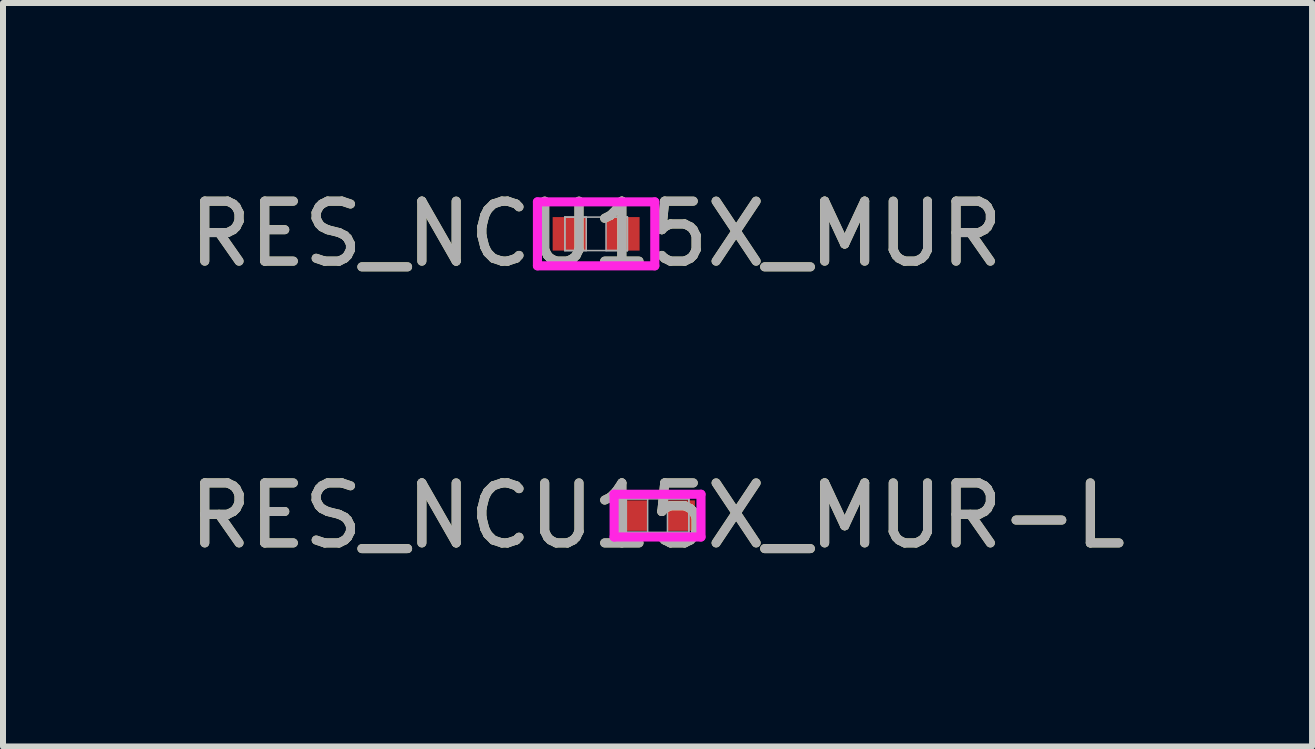
<source format=kicad_pcb>
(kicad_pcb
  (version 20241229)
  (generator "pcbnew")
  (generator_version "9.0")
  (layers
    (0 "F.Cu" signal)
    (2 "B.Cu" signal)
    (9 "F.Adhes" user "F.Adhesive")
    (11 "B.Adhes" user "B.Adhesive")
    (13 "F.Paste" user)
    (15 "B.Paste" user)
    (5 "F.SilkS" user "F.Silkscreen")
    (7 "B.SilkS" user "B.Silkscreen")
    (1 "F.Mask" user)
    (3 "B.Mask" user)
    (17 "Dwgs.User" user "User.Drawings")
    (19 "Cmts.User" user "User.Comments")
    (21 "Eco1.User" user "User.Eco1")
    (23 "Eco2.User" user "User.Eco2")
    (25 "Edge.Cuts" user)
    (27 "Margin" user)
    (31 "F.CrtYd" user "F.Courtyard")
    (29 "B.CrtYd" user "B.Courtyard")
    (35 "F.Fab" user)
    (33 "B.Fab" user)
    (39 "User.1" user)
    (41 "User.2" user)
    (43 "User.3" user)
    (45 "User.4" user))
  (footprint "RES_NCU15X_MUR-L"
    (layer "F.Cu")
    (at 7.911 5.545)
    (property "Reference" "RES_NCU15X_MUR-L" (at 0 0 0) (unlocked yes) (layer "F.SilkS") (effects (font (size 1 1) (thickness 0.15))))
    (attr smd)
    (fp_line (start -0.724 -0.356) (end 0.724 -0.356) (stroke (width 0.152) (type solid)) (layer "F.CrtYd"))
    (fp_line (start -0.724 0.356) (end -0.724 -0.356) (stroke (width 0.152) (type solid)) (layer "F.CrtYd"))
    (fp_line (start 0.724 -0.356) (end 0.724 0.356) (stroke (width 0.152) (type solid)) (layer "F.CrtYd"))
    (fp_line (start 0.724 0.356) (end -0.724 0.356) (stroke (width 0.152) (type solid)) (layer "F.CrtYd"))
    (fp_line (start -0.521 -0.279) (end -0.521 0.279) (stroke (width 0.025) (type solid)) (layer "F.Fab"))
    (fp_line (start -0.521 -0.279) (end -0.521 0.279) (stroke (width 0.025) (type solid)) (layer "F.Fab"))
    (fp_line (start -0.521 0.279) (end -0.165 0.279) (stroke (width 0.025) (type solid)) (layer "F.Fab"))
    (fp_line (start -0.521 0.279) (end 0.521 0.279) (stroke (width 0.025) (type solid)) (layer "F.Fab"))
    (fp_line (start -0.165 -0.279) (end -0.521 -0.279) (stroke (width 0.025) (type solid)) (layer "F.Fab"))
    (fp_line (start -0.165 0.279) (end -0.165 -0.279) (stroke (width 0.025) (type solid)) (layer "F.Fab"))
    (fp_line (start 0.165 -0.279) (end 0.165 0.279) (stroke (width 0.025) (type solid)) (layer "F.Fab"))
    (fp_line (start 0.165 0.279) (end 0.521 0.279) (stroke (width 0.025) (type solid)) (layer "F.Fab"))
    (fp_line (start 0.521 -0.279) (end -0.521 -0.279) (stroke (width 0.025) (type solid)) (layer "F.Fab"))
    (fp_line (start 0.521 -0.279) (end 0.165 -0.279) (stroke (width 0.025) (type solid)) (layer "F.Fab"))
    (fp_line (start 0.521 0.279) (end 0.521 -0.279) (stroke (width 0.025) (type solid)) (layer "F.Fab"))
    (fp_line (start 0.521 0.279) (end 0.521 -0.279) (stroke (width 0.025) (type solid)) (layer "F.Fab"))
    (fp_text user "${REFERENCE}" (at 0 0 0) (unlocked yes) (layer "F.Fab") (effects (font (size 1 1) (thickness 0.15))))
    (pad "1" smd rect (at -0.394 0) (size 0.457 0.508) (layers "F.Cu" "F.Mask" "F.Paste"))
    (pad "2" smd rect (at 0.394 0) (size 0.457 0.508) (layers "F.Cu" "F.Mask" "F.Paste"))
    (zone (net_name "") (layer "F.Cu") (hatch full 0.508) (connect_pads) (min_thickness 0.254) (filled_areas_thickness no) (keepout (tracks not_allowed) (vias not_allowed) (pads allowed) (copperpour not_allowed) (footprints allowed)) (placement (enabled no)) (fill) (polygon (pts (xy 7.796 5.316) (xy 8.025 5.316) (xy 8.025 5.773) (xy 7.796 5.773)))))
  (footprint "RES_NCU15X_MUR"
    (layer "F.Cu")
    (at 6.887 0.848)
    (property "Reference" "RES_NCU15X_MUR" (at 0 0 0) (unlocked yes) (layer "F.SilkS") (effects (font (size 1 1) (thickness 0.15))))
    (attr smd)
    (fp_line (start -0.978 -0.533) (end 0.978 -0.533) (stroke (width 0.152) (type solid)) (layer "F.CrtYd"))
    (fp_line (start -0.978 0.533) (end -0.978 -0.533) (stroke (width 0.152) (type solid)) (layer "F.CrtYd"))
    (fp_line (start 0.978 -0.533) (end 0.978 0.533) (stroke (width 0.152) (type solid)) (layer "F.CrtYd"))
    (fp_line (start 0.978 0.533) (end -0.978 0.533) (stroke (width 0.152) (type solid)) (layer "F.CrtYd"))
    (fp_line (start -0.521 -0.279) (end -0.521 0.279) (stroke (width 0.025) (type solid)) (layer "F.Fab"))
    (fp_line (start -0.521 -0.279) (end -0.521 0.279) (stroke (width 0.025) (type solid)) (layer "F.Fab"))
    (fp_line (start -0.521 0.279) (end -0.165 0.279) (stroke (width 0.025) (type solid)) (layer "F.Fab"))
    (fp_line (start -0.521 0.279) (end 0.521 0.279) (stroke (width 0.025) (type solid)) (layer "F.Fab"))
    (fp_line (start -0.165 -0.279) (end -0.521 -0.279) (stroke (width 0.025) (type solid)) (layer "F.Fab"))
    (fp_line (start -0.165 0.279) (end -0.165 -0.279) (stroke (width 0.025) (type solid)) (layer "F.Fab"))
    (fp_line (start 0.165 -0.279) (end 0.165 0.279) (stroke (width 0.025) (type solid)) (layer "F.Fab"))
    (fp_line (start 0.165 0.279) (end 0.521 0.279) (stroke (width 0.025) (type solid)) (layer "F.Fab"))
    (fp_line (start 0.521 -0.279) (end -0.521 -0.279) (stroke (width 0.025) (type solid)) (layer "F.Fab"))
    (fp_line (start 0.521 -0.279) (end 0.165 -0.279) (stroke (width 0.025) (type solid)) (layer "F.Fab"))
    (fp_line (start 0.521 0.279) (end 0.521 -0.279) (stroke (width 0.025) (type solid)) (layer "F.Fab"))
    (fp_line (start 0.521 0.279) (end 0.521 -0.279) (stroke (width 0.025) (type solid)) (layer "F.Fab"))
    (fp_text user "${REFERENCE}" (at 0 0 0) (unlocked yes) (layer "F.Fab") (effects (font (size 1 1) (thickness 0.15))))
    (pad "1" smd rect (at -0.445 0) (size 0.559 0.559) (layers "F.Cu" "F.Mask" "F.Paste"))
    (pad "2" smd rect (at 0.445 0) (size 0.559 0.559) (layers "F.Cu" "F.Mask" "F.Paste"))
    (zone (net_name "") (layer "F.Cu") (hatch full 0.508) (connect_pads) (min_thickness 0.254) (filled_areas_thickness no) (keepout (tracks not_allowed) (vias not_allowed) (pads allowed) (copperpour not_allowed) (footprints allowed)) (placement (enabled no)) (fill) (polygon (pts (xy 6.773 0.62) (xy 7.001 0.62) (xy 7.001 1.077) (xy 6.773 1.077)))))
  (gr_rect
    (start -3 -3)
    (end 18.821 9.393)
    (stroke (width 0.1) (type default))
    (fill no)
    (layer "Edge.Cuts")))
</source>
